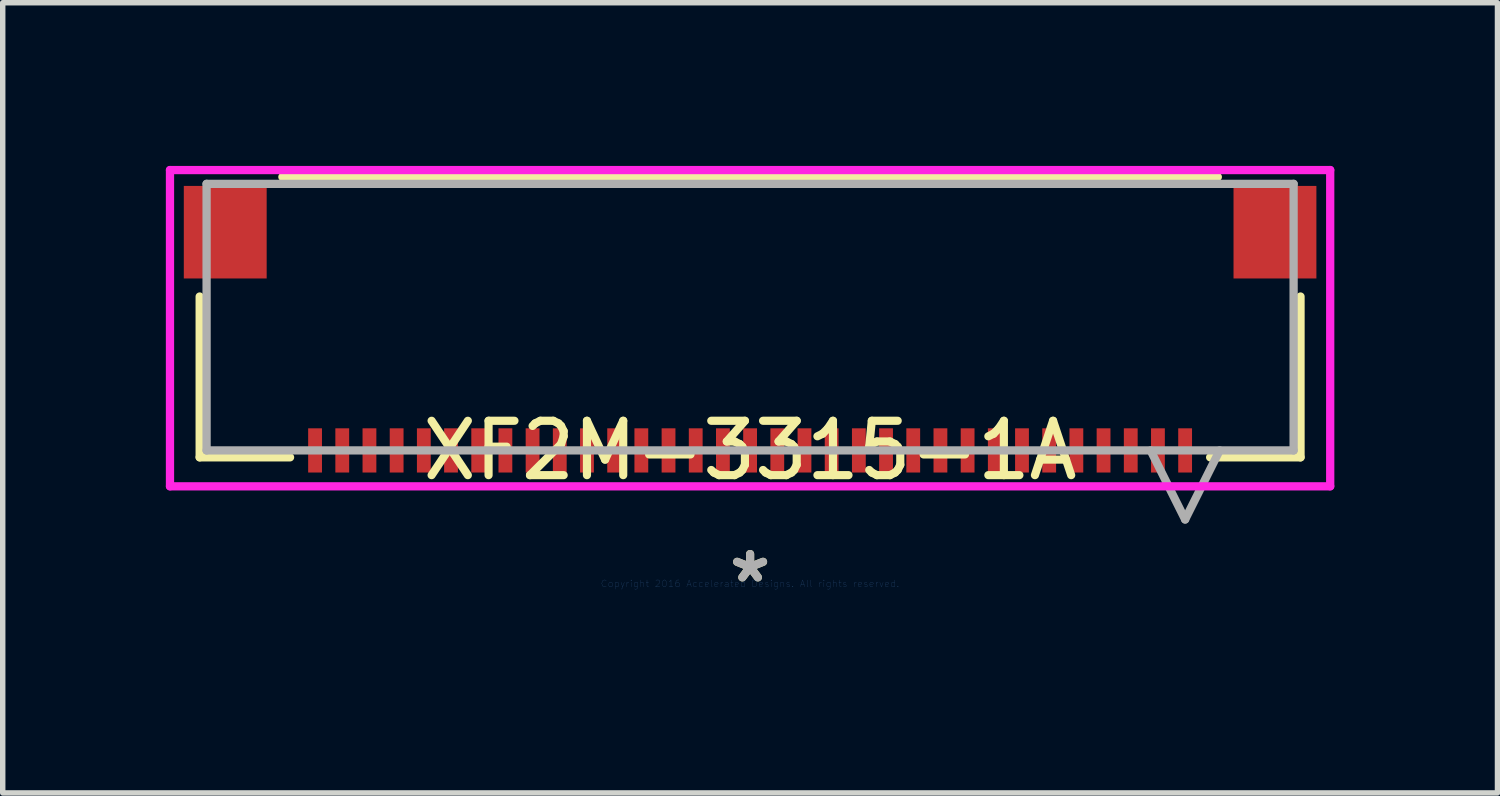
<source format=kicad_pcb>
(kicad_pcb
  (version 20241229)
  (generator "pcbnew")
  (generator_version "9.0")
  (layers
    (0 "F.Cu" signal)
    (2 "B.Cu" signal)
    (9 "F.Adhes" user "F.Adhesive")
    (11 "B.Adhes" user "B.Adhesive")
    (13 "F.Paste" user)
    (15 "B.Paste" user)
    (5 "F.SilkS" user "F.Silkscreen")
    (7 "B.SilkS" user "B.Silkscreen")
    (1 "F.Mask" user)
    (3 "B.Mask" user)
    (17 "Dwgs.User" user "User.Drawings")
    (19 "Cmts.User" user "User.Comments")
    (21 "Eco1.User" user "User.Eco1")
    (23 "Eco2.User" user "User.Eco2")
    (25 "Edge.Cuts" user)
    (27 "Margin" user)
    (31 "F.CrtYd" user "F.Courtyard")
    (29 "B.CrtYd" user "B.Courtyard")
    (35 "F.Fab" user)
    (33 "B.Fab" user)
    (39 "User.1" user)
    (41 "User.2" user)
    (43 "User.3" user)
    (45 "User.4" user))
  (footprint "XF2M-3315-1A"
    (layer "F.Cu")
    (at 10.744 7.684)
    (property "Reference" "XF2M-3315-1A" (at 0 -2.451 0) (layer "F.SilkS") (effects (font (size 1 1) (thickness 0.15))))
    (attr through_hole)
    (fp_line (start -10.122 -5.281) (end -10.122 -2.324) (stroke (width 0.152) (type solid)) (layer "F.SilkS"))
    (fp_line (start -10.122 -2.324) (end -8.46 -2.324) (stroke (width 0.152) (type solid)) (layer "F.SilkS"))
    (fp_line (start 8.46 -2.324) (end 10.122 -2.324) (stroke (width 0.152) (type solid)) (layer "F.SilkS"))
    (fp_line (start 8.601 -7.48) (end -8.601 -7.48) (stroke (width 0.152) (type solid)) (layer "F.SilkS"))
    (fp_line (start 10.122 -2.324) (end 10.122 -5.281) (stroke (width 0.152) (type solid)) (layer "F.SilkS"))
    (fp_line (start -10.668 -7.607) (end -10.668 -1.791) (stroke (width 0.152) (type solid)) (layer "F.CrtYd"))
    (fp_line (start -10.668 -1.791) (end 10.668 -1.791) (stroke (width 0.152) (type solid)) (layer "F.CrtYd"))
    (fp_line (start 10.668 -7.607) (end -10.668 -7.607) (stroke (width 0.152) (type solid)) (layer "F.CrtYd"))
    (fp_line (start 10.668 -1.791) (end 10.668 -7.607) (stroke (width 0.152) (type solid)) (layer "F.CrtYd"))
    (fp_line (start -9.995 -7.353) (end -9.995 -2.451) (stroke (width 0.152) (type solid)) (layer "F.Fab"))
    (fp_line (start -9.995 -2.451) (end 9.995 -2.451) (stroke (width 0.152) (type solid)) (layer "F.Fab"))
    (fp_line (start 7.365 -2.451) (end 8 -1.181) (stroke (width 0.152) (type solid)) (layer "F.Fab"))
    (fp_line (start 8.635 -2.451) (end 8 -1.181) (stroke (width 0.152) (type solid)) (layer "F.Fab"))
    (fp_line (start 9.995 -7.353) (end -9.995 -7.353) (stroke (width 0.152) (type solid)) (layer "F.Fab"))
    (fp_line (start 9.995 -2.451) (end 9.995 -7.353) (stroke (width 0.152) (type solid)) (layer "F.Fab"))
    (fp_text user "*" (at 0 0 0) (layer "F.SilkS") (effects (font (size 1 1) (thickness 0.15))))
    (fp_text user "Copyright 2016 Accelerated Designs. All rights reserved." (at 0 0 0) (layer "Cmts.User") (effects (font (size 0.127 0.127) (thickness 0.002))))
    (fp_text user "*" (at 0 0 0) (layer "F.Fab") (effects (font (size 1 1) (thickness 0.15))))
    (pad "1" smd rect (at 8 -2.451 90) (size 0.813 0.254) (layers "F.Cu" "F.Mask" "F.Paste"))
    (pad "2" smd rect (at 7.5 -2.451 90) (size 0.813 0.254) (layers "F.Cu" "F.Mask" "F.Paste"))
    (pad "3" smd rect (at 7 -2.451 90) (size 0.813 0.254) (layers "F.Cu" "F.Mask" "F.Paste"))
    (pad "4" smd rect (at 6.5 -2.451 90) (size 0.813 0.254) (layers "F.Cu" "F.Mask" "F.Paste"))
    (pad "5" smd rect (at 6 -2.451 90) (size 0.813 0.254) (layers "F.Cu" "F.Mask" "F.Paste"))
    (pad "6" smd rect (at 5.5 -2.451 90) (size 0.813 0.254) (layers "F.Cu" "F.Mask" "F.Paste"))
    (pad "7" smd rect (at 5 -2.451 90) (size 0.813 0.254) (layers "F.Cu" "F.Mask" "F.Paste"))
    (pad "8" smd rect (at 4.5 -2.451 90) (size 0.813 0.254) (layers "F.Cu" "F.Mask" "F.Paste"))
    (pad "9" smd rect (at 4 -2.451 90) (size 0.813 0.254) (layers "F.Cu" "F.Mask" "F.Paste"))
    (pad "10" smd rect (at 3.5 -2.451 90) (size 0.813 0.254) (layers "F.Cu" "F.Mask" "F.Paste"))
    (pad "11" smd rect (at 3 -2.451 90) (size 0.813 0.254) (layers "F.Cu" "F.Mask" "F.Paste"))
    (pad "12" smd rect (at 2.5 -2.451 90) (size 0.813 0.254) (layers "F.Cu" "F.Mask" "F.Paste"))
    (pad "13" smd rect (at 2 -2.451 90) (size 0.813 0.254) (layers "F.Cu" "F.Mask" "F.Paste"))
    (pad "14" smd rect (at 1.5 -2.451 90) (size 0.813 0.254) (layers "F.Cu" "F.Mask" "F.Paste"))
    (pad "15" smd rect (at 1 -2.451 90) (size 0.813 0.254) (layers "F.Cu" "F.Mask" "F.Paste"))
    (pad "16" smd rect (at 0.5 -2.451 90) (size 0.813 0.254) (layers "F.Cu" "F.Mask" "F.Paste"))
    (pad "17" smd rect (at 0 -2.451 90) (size 0.813 0.254) (layers "F.Cu" "F.Mask" "F.Paste"))
    (pad "18" smd rect (at -0.5 -2.451 90) (size 0.813 0.254) (layers "F.Cu" "F.Mask" "F.Paste"))
    (pad "19" smd rect (at -1 -2.451 90) (size 0.813 0.254) (layers "F.Cu" "F.Mask" "F.Paste"))
    (pad "20" smd rect (at -1.5 -2.451 90) (size 0.813 0.254) (layers "F.Cu" "F.Mask" "F.Paste"))
    (pad "21" smd rect (at -2 -2.451 90) (size 0.813 0.254) (layers "F.Cu" "F.Mask" "F.Paste"))
    (pad "22" smd rect (at -2.5 -2.451 90) (size 0.813 0.254) (layers "F.Cu" "F.Mask" "F.Paste"))
    (pad "23" smd rect (at -3 -2.451 90) (size 0.813 0.254) (layers "F.Cu" "F.Mask" "F.Paste"))
    (pad "24" smd rect (at -3.5 -2.451 90) (size 0.813 0.254) (layers "F.Cu" "F.Mask" "F.Paste"))
    (pad "25" smd rect (at -4 -2.451 90) (size 0.813 0.254) (layers "F.Cu" "F.Mask" "F.Paste"))
    (pad "26" smd rect (at -4.5 -2.451 90) (size 0.813 0.254) (layers "F.Cu" "F.Mask" "F.Paste"))
    (pad "27" smd rect (at -5 -2.451 90) (size 0.813 0.254) (layers "F.Cu" "F.Mask" "F.Paste"))
    (pad "28" smd rect (at -5.5 -2.451 90) (size 0.813 0.254) (layers "F.Cu" "F.Mask" "F.Paste"))
    (pad "29" smd rect (at -6 -2.451 90) (size 0.813 0.254) (layers "F.Cu" "F.Mask" "F.Paste"))
    (pad "30" smd rect (at -6.5 -2.451 90) (size 0.813 0.254) (layers "F.Cu" "F.Mask" "F.Paste"))
    (pad "31" smd rect (at -7 -2.451 90) (size 0.813 0.254) (layers "F.Cu" "F.Mask" "F.Paste"))
    (pad "32" smd rect (at -7.5 -2.451 90) (size 0.813 0.254) (layers "F.Cu" "F.Mask" "F.Paste"))
    (pad "33" smd rect (at -8 -2.451 90) (size 0.813 0.254) (layers "F.Cu" "F.Mask" "F.Paste"))
    (pad "34" smd rect (at -9.652 -6.464) (size 1.524 1.702) (layers "F.Cu" "F.Mask" "F.Paste"))
    (pad "35" smd rect (at 9.652 -6.464) (size 1.524 1.702) (layers "F.Cu" "F.Mask" "F.Paste")))
  (gr_rect
    (start -3 -3)
    (end 24.488 11.532)
    (stroke (width 0.1) (type default))
    (fill no)
    (layer "Edge.Cuts")))
</source>
